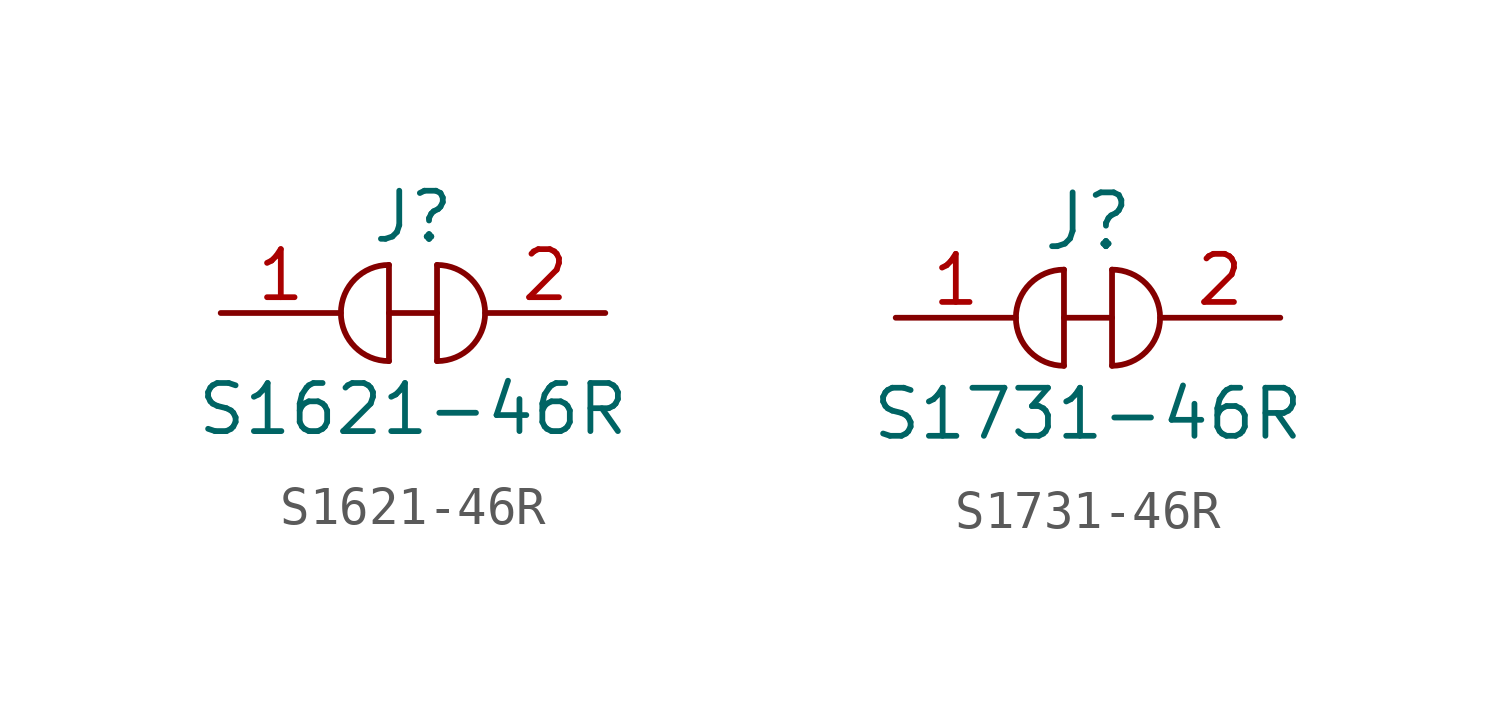
<source format=kicad_sym>
(kicad_symbol_lib
  (version 20220914)
  (generator kicad_symbol_editor)
  (symbol "S1621-46R"
    (pin_names
      (offset 1.016))
    (property "Reference" "J"
      (at 0 2.54 0)
      (effects (font (size 1.27 1.27))))
    (property "Value" "S1621-46R"
      (at 0 -2.54 0)
      (effects (font (size 1.27 1.27))))
    (symbol "S1621-46R_1_1"
      (arc (start -0.635 1.27) (mid -1.8995 0) (end -0.635 -1.27) (stroke (width 0) (type solid)) (fill (type none)))
      (polyline (pts (xy -0.635 0) (xy 0.635 0)) (stroke (width 0) (type solid)) (fill (type none)))
      (polyline (pts (xy -0.635 1.27) (xy -0.635 -1.27)) (stroke (width 0) (type solid)) (fill (type none)))
      (polyline (pts (xy 0.635 1.27) (xy 0.635 -1.27)) (stroke (width 0) (type solid)) (fill (type none)))
      (arc (start 0.635 -1.27) (mid 1.8995 0) (end 0.635 1.27) (stroke (width 0) (type solid)) (fill (type none)))
      (pin passive line (at -5.08 0 0) (length 3.175) (name "~" (effects (font (size 1.27 1.27)))) (number "1" (effects (font (size 1.27 1.27)))))
      (pin passive line (at 5.08 0 180) (length 3.175) (name "~" (effects (font (size 1.27 1.27)))) (number "2" (effects (font (size 1.27 1.27)))))))
  (symbol "S1731-46R"
    (pin_names
      (offset 1.016))
    (property "Reference" "J"
      (at 0 2.54 0)
      (effects (font (size 1.422 1.422))))
    (property "Value" "S1731-46R"
      (at 0 -2.54 0)
      (effects (font (size 1.27 1.27))))
    (symbol "S1731-46R_1_1"
      (arc (start -0.635 1.27) (mid -1.8995 0) (end -0.635 -1.27) (stroke (width 0) (type solid)) (fill (type none)))
      (polyline (pts (xy -0.635 0) (xy 0.635 0)) (stroke (width 0) (type solid)) (fill (type none)))
      (polyline (pts (xy -0.635 1.27) (xy -0.635 -1.27)) (stroke (width 0) (type solid)) (fill (type none)))
      (polyline (pts (xy 0.635 1.27) (xy 0.635 -1.27)) (stroke (width 0) (type solid)) (fill (type none)))
      (arc (start 0.635 -1.27) (mid 1.8995 0) (end 0.635 1.27) (stroke (width 0) (type solid)) (fill (type none)))
      (pin passive line (at -5.08 0 0) (length 3.175) (name "~" (effects (font (size 1.27 1.27)))) (number "1" (effects (font (size 1.27 1.27)))))
      (pin passive line (at 5.08 0 180) (length 3.175) (name "~" (effects (font (size 1.27 1.27)))) (number "2" (effects (font (size 1.27 1.27))))))))
</source>
